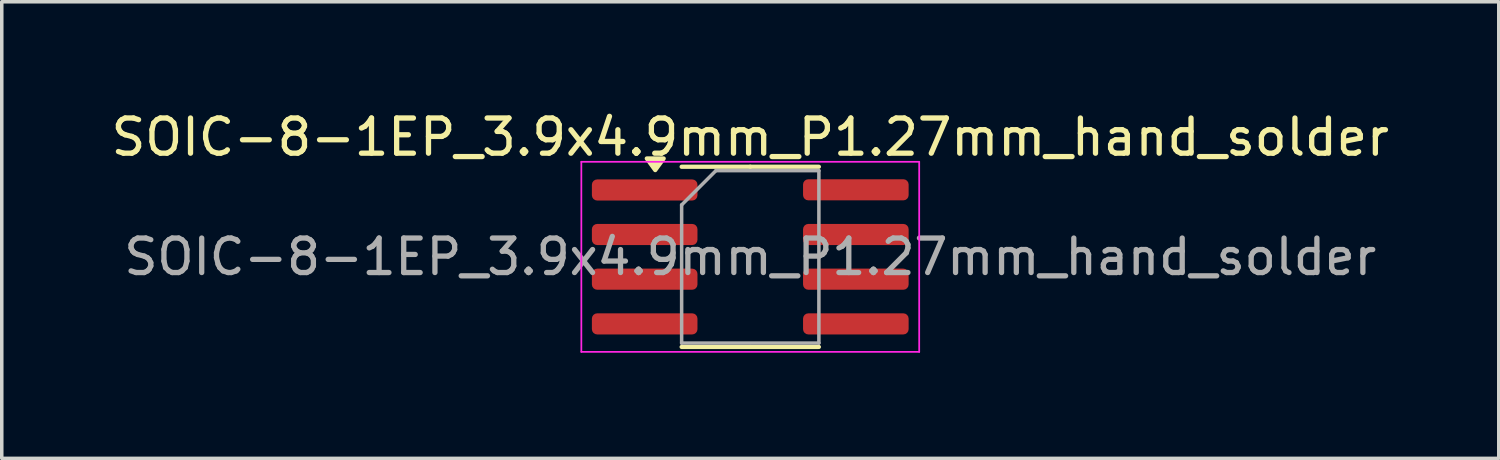
<source format=kicad_pcb>
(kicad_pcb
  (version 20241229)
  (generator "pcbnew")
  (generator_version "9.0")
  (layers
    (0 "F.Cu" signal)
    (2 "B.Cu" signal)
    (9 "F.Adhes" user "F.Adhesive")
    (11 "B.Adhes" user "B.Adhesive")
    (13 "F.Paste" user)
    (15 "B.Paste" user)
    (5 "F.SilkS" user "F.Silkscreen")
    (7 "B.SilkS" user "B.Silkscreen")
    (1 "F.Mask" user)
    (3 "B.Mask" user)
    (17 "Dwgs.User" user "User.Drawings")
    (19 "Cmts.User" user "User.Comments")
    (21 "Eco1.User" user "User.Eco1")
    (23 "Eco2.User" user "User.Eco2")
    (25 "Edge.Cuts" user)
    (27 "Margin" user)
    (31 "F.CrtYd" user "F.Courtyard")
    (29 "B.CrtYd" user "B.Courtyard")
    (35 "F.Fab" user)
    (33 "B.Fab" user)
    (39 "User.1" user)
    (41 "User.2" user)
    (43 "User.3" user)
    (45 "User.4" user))
  (footprint "SOIC-8-1EP_3.9x4.9mm_P1.27mm_hand_solder"
    (layer "F.Cu")
    (at 18.268 4.248)
    (property "Reference" "SOIC-8-1EP_3.9x4.9mm_P1.27mm_hand_solder" (at 0 -3.4 0) (layer "F.SilkS") (effects (font (size 1 1) (thickness 0.15))))
    (attr smd)
    (fp_line (start 0 -2.56) (end -1.95 -2.56) (stroke (width 0.12) (type solid)) (layer "F.SilkS"))
    (fp_line (start 0 -2.56) (end 1.95 -2.56) (stroke (width 0.12) (type solid)) (layer "F.SilkS"))
    (fp_line (start 0 2.56) (end -1.95 2.56) (stroke (width 0.12) (type solid)) (layer "F.SilkS"))
    (fp_line (start 0 2.56) (end 1.95 2.56) (stroke (width 0.12) (type solid)) (layer "F.SilkS"))
    (fp_poly (pts (xy -2.7 -2.465) (xy -2.94 -2.795) (xy -2.46 -2.795) (xy -2.7 -2.465)) (stroke (width 0.12) (type solid)) (fill yes) (layer "F.SilkS"))
    (fp_line (start -4.8 -2.7) (end -4.8 2.7) (stroke (width 0.05) (type solid)) (layer "F.CrtYd"))
    (fp_line (start -4.8 2.7) (end 4.8 2.7) (stroke (width 0.05) (type solid)) (layer "F.CrtYd"))
    (fp_line (start 4.8 -2.7) (end -4.8 -2.7) (stroke (width 0.05) (type solid)) (layer "F.CrtYd"))
    (fp_line (start 4.8 2.7) (end 4.8 -2.7) (stroke (width 0.05) (type solid)) (layer "F.CrtYd"))
    (fp_line (start -1.95 -1.475) (end -0.975 -2.45) (stroke (width 0.1) (type solid)) (layer "F.Fab"))
    (fp_line (start -1.95 2.45) (end -1.95 -1.475) (stroke (width 0.1) (type solid)) (layer "F.Fab"))
    (fp_line (start -0.975 -2.45) (end 1.95 -2.45) (stroke (width 0.1) (type solid)) (layer "F.Fab"))
    (fp_line (start 1.95 -2.45) (end 1.95 2.45) (stroke (width 0.1) (type solid)) (layer "F.Fab"))
    (fp_line (start 1.95 2.45) (end -1.95 2.45) (stroke (width 0.1) (type solid)) (layer "F.Fab"))
    (fp_text user "${REFERENCE}" (at 0 0 0) (layer "F.Fab") (effects (font (size 0.98 0.98) (thickness 0.15))))
    (pad "1" smd roundrect (at -3 -1.9) (size 3 0.6) (layers "F.Cu" "F.Mask" "F.Paste") (roundrect_rratio 0.25))
    (pad "2" smd roundrect (at -3 -0.635) (size 3 0.6) (layers "F.Cu" "F.Mask" "F.Paste") (roundrect_rratio 0.25))
    (pad "3" smd roundrect (at -3 0.635) (size 3 0.6) (layers "F.Cu" "F.Mask" "F.Paste") (roundrect_rratio 0.25))
    (pad "4" smd roundrect (at -3 1.905) (size 3 0.6) (layers "F.Cu" "F.Mask" "F.Paste") (roundrect_rratio 0.25))
    (pad "5" smd roundrect (at 3 1.905) (size 3 0.6) (layers "F.Cu" "F.Mask" "F.Paste") (roundrect_rratio 0.25))
    (pad "6" smd roundrect (at 3 0.635) (size 3 0.6) (layers "F.Cu" "F.Mask" "F.Paste") (roundrect_rratio 0.25))
    (pad "7" smd roundrect (at 3 -0.635) (size 3 0.6) (layers "F.Cu" "F.Mask" "F.Paste") (roundrect_rratio 0.25))
    (pad "8" smd roundrect (at 3 -1.905) (size 3 0.6) (layers "F.Cu" "F.Mask" "F.Paste") (roundrect_rratio 0.25)))
  (gr_rect
    (start -3 -3)
    (end 39.536 9.973)
    (stroke (width 0.1) (type default))
    (fill no)
    (layer "Edge.Cuts")))
</source>
